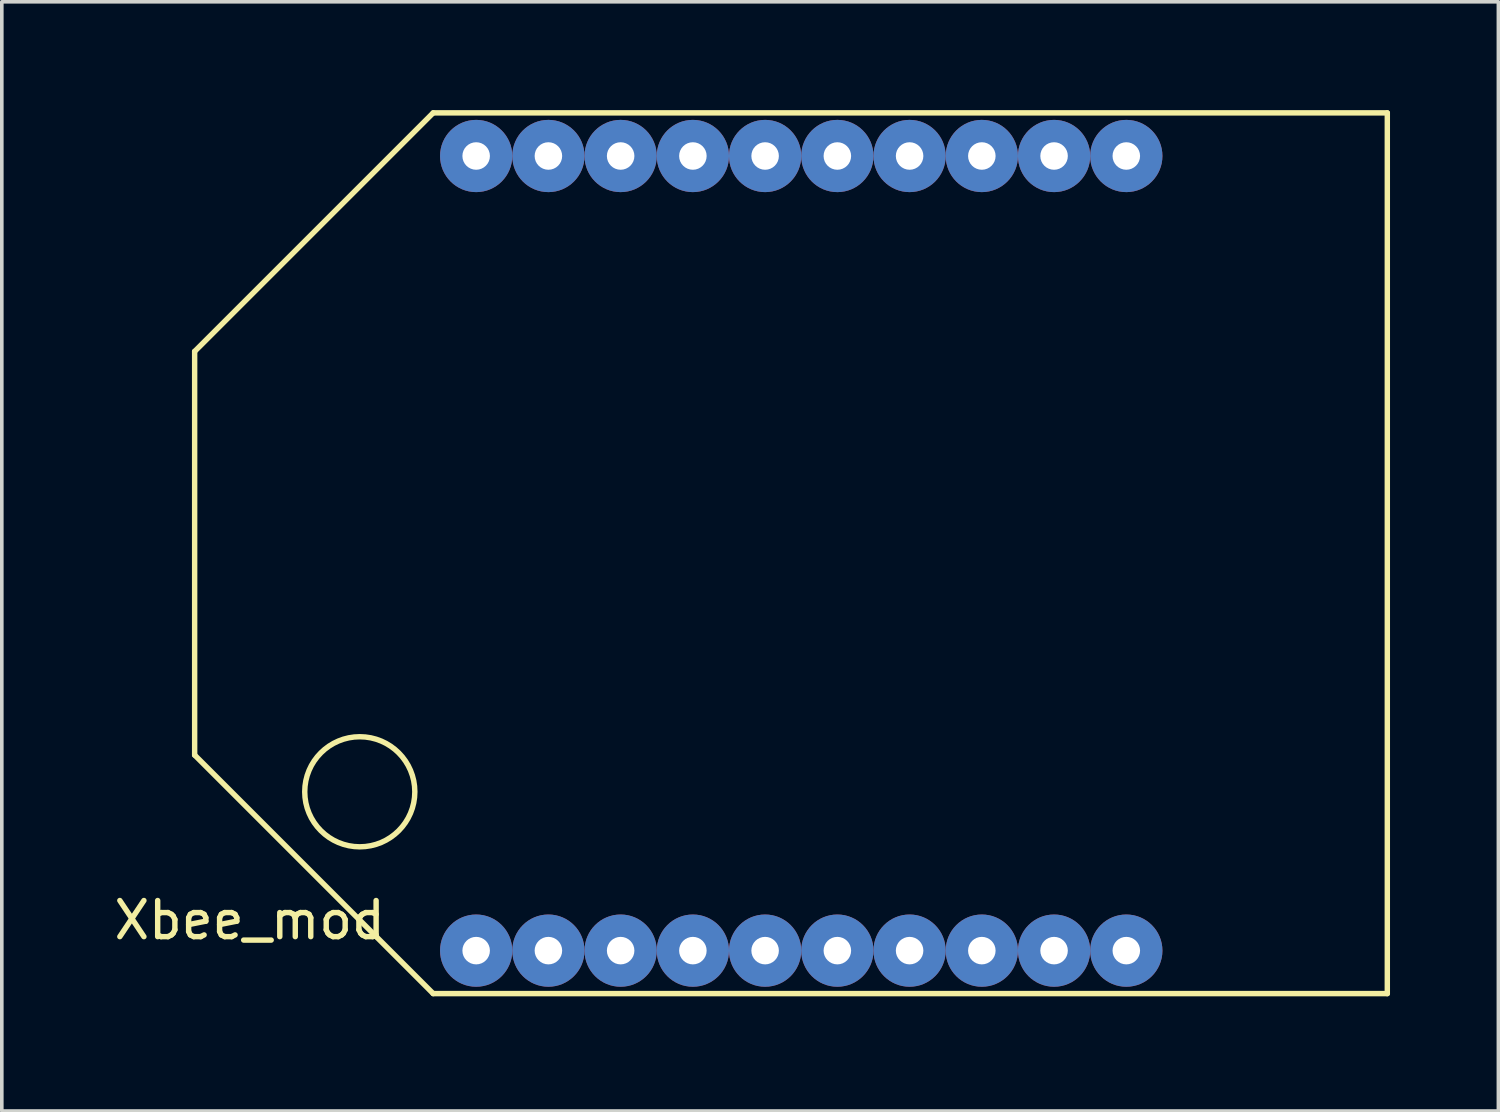
<source format=kicad_pcb>
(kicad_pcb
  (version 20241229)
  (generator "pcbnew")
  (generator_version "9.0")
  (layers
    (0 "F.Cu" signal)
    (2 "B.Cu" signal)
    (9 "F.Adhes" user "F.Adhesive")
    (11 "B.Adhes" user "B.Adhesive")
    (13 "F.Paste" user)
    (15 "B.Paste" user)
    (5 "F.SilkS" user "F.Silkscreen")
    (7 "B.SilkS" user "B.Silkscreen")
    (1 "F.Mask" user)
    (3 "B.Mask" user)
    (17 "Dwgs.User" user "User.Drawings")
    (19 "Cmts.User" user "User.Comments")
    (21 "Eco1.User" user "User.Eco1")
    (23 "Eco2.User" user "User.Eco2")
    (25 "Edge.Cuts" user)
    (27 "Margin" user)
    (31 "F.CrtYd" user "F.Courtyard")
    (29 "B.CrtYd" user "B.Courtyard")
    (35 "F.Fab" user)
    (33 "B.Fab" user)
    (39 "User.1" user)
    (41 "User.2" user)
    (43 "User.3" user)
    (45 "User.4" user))
  (footprint "Xbee_mod"
    (layer "F.Cu")
    (at 8.943 24.459)
    (property "Reference" "Xbee_mod" (at -5.08 -2.032 0) (layer "F.SilkS") (effects (font (size 1 1) (thickness 0.15))))
    (attr through_hole)
    (fp_line (start -6.604 -17.78) (end 0 -24.384) (stroke (width 0.15) (type solid)) (layer "F.SilkS"))
    (fp_line (start -6.604 -6.604) (end -6.604 -17.78) (stroke (width 0.15) (type solid)) (layer "F.SilkS"))
    (fp_line (start -6.604 -6.604) (end 0 0) (stroke (width 0.15) (type solid)) (layer "F.SilkS"))
    (fp_line (start 0 -24.384) (end 26.416 -24.384) (stroke (width 0.15) (type solid)) (layer "F.SilkS"))
    (fp_line (start 26.416 -24.384) (end 26.416 0) (stroke (width 0.15) (type solid)) (layer "F.SilkS"))
    (fp_line (start 26.416 0) (end 0 0) (stroke (width 0.15) (type solid)) (layer "F.SilkS"))
    (fp_circle (center -2.032 -5.588) (end -2.032 -4.064) (stroke (width 0.15) (type solid)) (fill no) (layer "F.SilkS"))
    (pad "1" thru_hole circle (at 1.19 -1.19) (size 2 2) (drill 0.762) (layers "*.Cu" "*.Mask"))
    (pad "2" thru_hole circle (at 3.19 -1.19) (size 2 2) (drill 0.762) (layers "*.Cu" "*.Mask"))
    (pad "3" thru_hole circle (at 5.19 -1.19) (size 2 2) (drill 0.762) (layers "*.Cu" "*.Mask"))
    (pad "4" thru_hole circle (at 7.19 -1.19) (size 2 2) (drill 0.762) (layers "*.Cu" "*.Mask"))
    (pad "5" thru_hole circle (at 9.19 -1.19) (size 2 2) (drill 0.762) (layers "*.Cu" "*.Mask"))
    (pad "6" thru_hole circle (at 11.19 -1.19) (size 2 2) (drill 0.762) (layers "*.Cu" "*.Mask"))
    (pad "7" thru_hole circle (at 13.19 -1.19) (size 2 2) (drill 0.762) (layers "*.Cu" "*.Mask"))
    (pad "8" thru_hole circle (at 15.19 -1.19) (size 2 2) (drill 0.762) (layers "*.Cu" "*.Mask"))
    (pad "9" thru_hole circle (at 17.19 -1.19) (size 2 2) (drill 0.762) (layers "*.Cu" "*.Mask"))
    (pad "10" thru_hole circle (at 19.19 -1.19) (size 2 2) (drill 0.762) (layers "*.Cu" "*.Mask"))
    (pad "11" thru_hole circle (at 19.19 -23.19) (size 2 2) (drill 0.762) (layers "*.Cu" "*.Mask"))
    (pad "12" thru_hole circle (at 17.19 -23.19) (size 2 2) (drill 0.762) (layers "*.Cu" "*.Mask"))
    (pad "13" thru_hole circle (at 15.19 -23.19) (size 2 2) (drill 0.762) (layers "*.Cu" "*.Mask"))
    (pad "14" thru_hole circle (at 13.19 -23.19) (size 2 2) (drill 0.762) (layers "*.Cu" "*.Mask"))
    (pad "15" thru_hole circle (at 11.19 -23.19) (size 2 2) (drill 0.762) (layers "*.Cu" "*.Mask"))
    (pad "16" thru_hole circle (at 9.19 -23.19) (size 2 2) (drill 0.762) (layers "*.Cu" "*.Mask"))
    (pad "17" thru_hole circle (at 7.19 -23.19) (size 2 2) (drill 0.762) (layers "*.Cu" "*.Mask"))
    (pad "18" thru_hole circle (at 5.19 -23.19) (size 2 2) (drill 0.762) (layers "*.Cu" "*.Mask"))
    (pad "19" thru_hole circle (at 3.19 -23.19) (size 2 2) (drill 0.762) (layers "*.Cu" "*.Mask"))
    (pad "20" thru_hole circle (at 1.19 -23.19) (size 2 2) (drill 0.762) (layers "*.Cu" "*.Mask")))
  (gr_rect
    (start -3 -3)
    (end 38.434 27.709)
    (stroke (width 0.1) (type default))
    (fill no)
    (layer "Edge.Cuts")))
</source>
